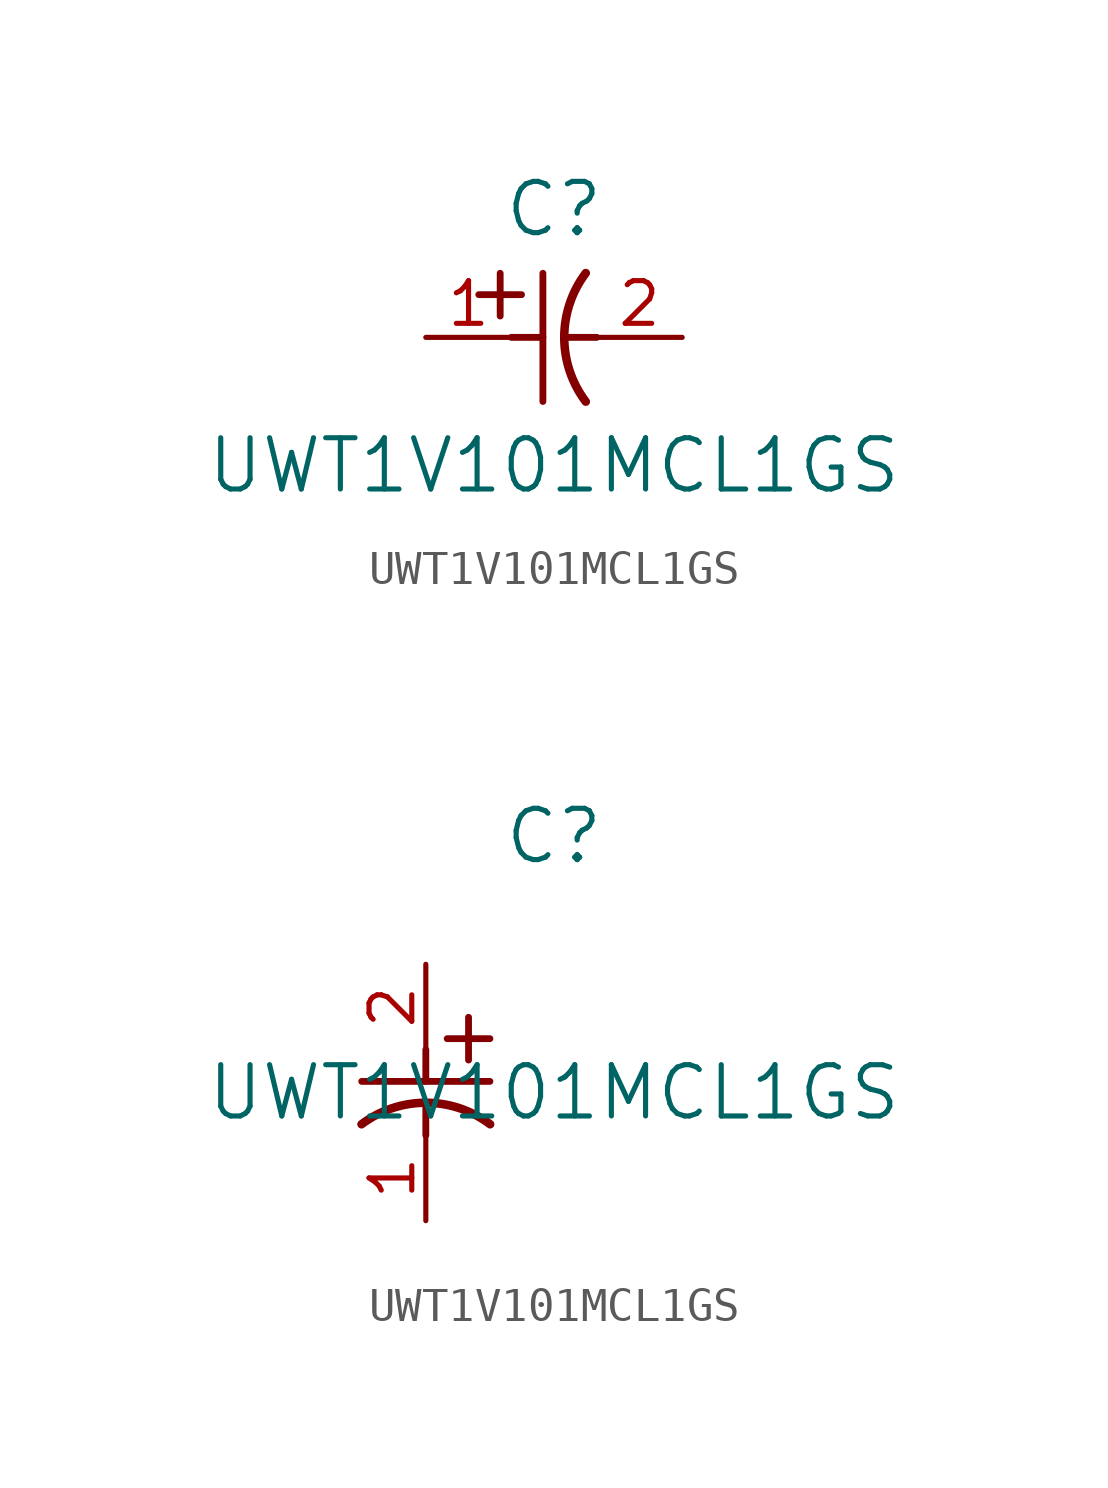
<source format=kicad_sym>
(kicad_symbol_lib
  (version 20211014)
  (generator kicad_symbol_editor)
  (symbol "UWT1V101MCL1GS"
    (pin_names
      (offset 0.254))
    (property "Reference" "C"
      (at 3.81 3.81 0)
      (effects (font (size 1.524 1.524))))
    (property "Value" "UWT1V101MCL1GS"
      (at 3.81 -3.81 0)
      (effects (font (size 1.524 1.524))))
    (symbol "UWT1V101MCL1GS_1_1"
      (polyline (pts (xy 2.21 0.635) (xy 2.21 1.905)) (stroke (width 0.203) (type default) (color 0 0 0 0)) (fill (type none)))
      (arc (start 4.754132 1.910763) (mid 4.1148 0) (end 4.754132 -1.910763) (stroke (width 0.254) (type default) (color 0 0 0 0)) (fill (type none)))
      (polyline (pts (xy 4.115 0) (xy 5.08 0)) (stroke (width 0.203) (type default) (color 0 0 0 0)) (fill (type none)))
      (polyline (pts (xy 3.48 -1.905) (xy 3.48 1.905)) (stroke (width 0.203) (type default) (color 0 0 0 0)) (fill (type none)))
      (polyline (pts (xy 1.575 1.27) (xy 2.845 1.27)) (stroke (width 0.203) (type default) (color 0 0 0 0)) (fill (type none)))
      (polyline (pts (xy 2.54 0) (xy 3.48 0)) (stroke (width 0.203) (type default) (color 0 0 0 0)) (fill (type none)))
      (pin unspecified line (at 0 0 0) (length 2.54) (name "" (effects (font (size 1.27 1.27)))) (number "1" (effects (font (size 1.27 1.27)))))
      (pin unspecified line (at 7.62 0 180) (length 2.54) (name "" (effects (font (size 1.27 1.27)))) (number "2" (effects (font (size 1.27 1.27))))))
    (symbol "UWT1V101MCL1GS_1_2"
      (polyline (pts (xy 0 -2.54) (xy 0 -3.48)) (stroke (width 0.203) (type default) (color 0 0 0 0)) (fill (type none)))
      (arc (start 1.910763 -4.754132) (mid 0 -4.1148) (end -1.910763 -4.754132) (stroke (width 0.254) (type default) (color 0 0 0 0)) (fill (type none)))
      (polyline (pts (xy -1.905 -3.48) (xy 1.905 -3.48)) (stroke (width 0.203) (type default) (color 0 0 0 0)) (fill (type none)))
      (polyline (pts (xy 0.635 -2.21) (xy 1.905 -2.21)) (stroke (width 0.203) (type default) (color 0 0 0 0)) (fill (type none)))
      (polyline (pts (xy 1.27 -1.575) (xy 1.27 -2.845)) (stroke (width 0.203) (type default) (color 0 0 0 0)) (fill (type none)))
      (polyline (pts (xy 0 -4.115) (xy 0 -5.08)) (stroke (width 0.203) (type default) (color 0 0 0 0)) (fill (type none)))
      (pin unspecified line (at 0 -7.62 90) (length 2.54) (name "" (effects (font (size 1.27 1.27)))) (number "1" (effects (font (size 1.27 1.27)))))
      (pin unspecified line (at 0 0 270) (length 2.54) (name "" (effects (font (size 1.27 1.27)))) (number "2" (effects (font (size 1.27 1.27))))))))
</source>
